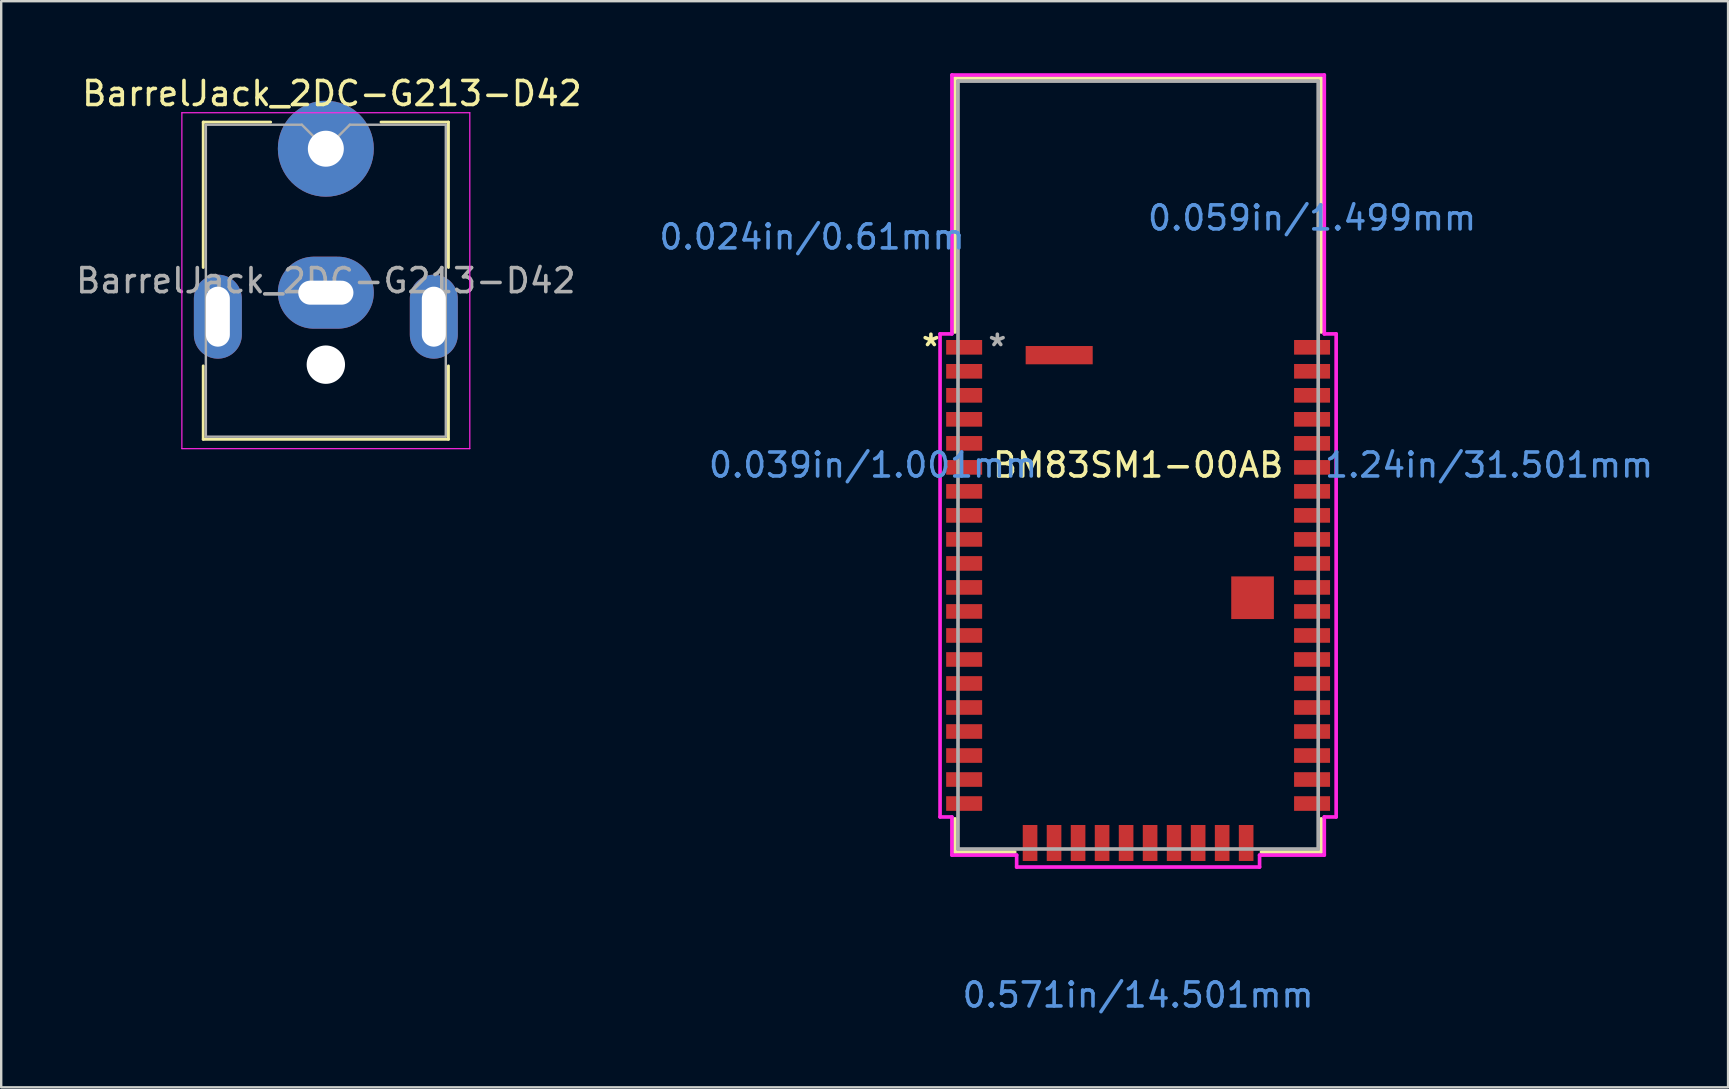
<source format=kicad_pcb>
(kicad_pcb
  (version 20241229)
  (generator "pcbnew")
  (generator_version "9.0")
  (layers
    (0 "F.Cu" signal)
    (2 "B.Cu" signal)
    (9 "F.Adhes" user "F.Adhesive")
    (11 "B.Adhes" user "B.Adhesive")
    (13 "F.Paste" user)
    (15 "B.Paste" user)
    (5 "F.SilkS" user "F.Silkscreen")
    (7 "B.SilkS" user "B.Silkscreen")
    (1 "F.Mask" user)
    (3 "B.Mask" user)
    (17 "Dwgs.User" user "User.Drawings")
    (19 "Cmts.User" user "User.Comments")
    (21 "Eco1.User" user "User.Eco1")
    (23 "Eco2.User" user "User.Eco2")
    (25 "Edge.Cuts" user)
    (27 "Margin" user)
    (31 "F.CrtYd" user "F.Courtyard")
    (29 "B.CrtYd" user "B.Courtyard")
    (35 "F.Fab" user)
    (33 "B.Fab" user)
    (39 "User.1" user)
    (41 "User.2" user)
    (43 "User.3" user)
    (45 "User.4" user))
  (footprint "BM83SM1-00AB"
    (layer "F.Cu")
    (at 44.383 16.332)
    (property "Reference" "BM83SM1-00AB" (at 0 0 0) (layer "F.SilkS") (effects (font (size 1 1) (thickness 0.15))))
    (attr through_hole)
    (fp_line (start -7.633 -16.129) (end 7.633 -16.129) (stroke (width 0.152) (type solid)) (layer "F.SilkS"))
    (fp_line (start -7.633 -5.545) (end -7.633 -16.129) (stroke (width 0.152) (type solid)) (layer "F.SilkS"))
    (fp_line (start -7.633 16.129) (end -7.633 14.745) (stroke (width 0.152) (type solid)) (layer "F.SilkS"))
    (fp_line (start -5.141 16.129) (end -7.633 16.129) (stroke (width 0.152) (type solid)) (layer "F.SilkS"))
    (fp_line (start 7.633 -16.129) (end 7.633 -5.545) (stroke (width 0.152) (type solid)) (layer "F.SilkS"))
    (fp_line (start 7.633 14.745) (end 7.633 16.129) (stroke (width 0.152) (type solid)) (layer "F.SilkS"))
    (fp_line (start 7.633 16.129) (end 5.141 16.129) (stroke (width 0.152) (type solid)) (layer "F.SilkS"))
    (fp_line (start -8.254 -5.466) (end -8.254 14.666) (stroke (width 0.152) (type solid)) (layer "F.CrtYd"))
    (fp_line (start -8.254 14.666) (end -7.76 14.666) (stroke (width 0.152) (type solid)) (layer "F.CrtYd"))
    (fp_line (start -7.76 -16.256) (end -7.76 -5.466) (stroke (width 0.152) (type solid)) (layer "F.CrtYd"))
    (fp_line (start -7.76 -5.466) (end -8.254 -5.466) (stroke (width 0.152) (type solid)) (layer "F.CrtYd"))
    (fp_line (start -7.76 14.666) (end -7.76 16.256) (stroke (width 0.152) (type solid)) (layer "F.CrtYd"))
    (fp_line (start -7.76 16.256) (end -5.062 16.256) (stroke (width 0.152) (type solid)) (layer "F.CrtYd"))
    (fp_line (start -5.062 16.256) (end -5.062 16.754) (stroke (width 0.152) (type solid)) (layer "F.CrtYd"))
    (fp_line (start -5.062 16.754) (end 5.062 16.754) (stroke (width 0.152) (type solid)) (layer "F.CrtYd"))
    (fp_line (start 5.062 16.256) (end 7.76 16.256) (stroke (width 0.152) (type solid)) (layer "F.CrtYd"))
    (fp_line (start 5.062 16.754) (end 5.062 16.256) (stroke (width 0.152) (type solid)) (layer "F.CrtYd"))
    (fp_line (start 7.76 -16.256) (end -7.76 -16.256) (stroke (width 0.152) (type solid)) (layer "F.CrtYd"))
    (fp_line (start 7.76 -5.466) (end 7.76 -16.256) (stroke (width 0.152) (type solid)) (layer "F.CrtYd"))
    (fp_line (start 7.76 14.666) (end 8.254 14.666) (stroke (width 0.152) (type solid)) (layer "F.CrtYd"))
    (fp_line (start 7.76 16.256) (end 7.76 14.666) (stroke (width 0.152) (type solid)) (layer "F.CrtYd"))
    (fp_line (start 8.254 -5.466) (end 7.76 -5.466) (stroke (width 0.152) (type solid)) (layer "F.CrtYd"))
    (fp_line (start 8.254 14.666) (end 8.254 -5.466) (stroke (width 0.152) (type solid)) (layer "F.CrtYd"))
    (fp_line (start -7.506 -16.002) (end -7.506 16.002) (stroke (width 0.152) (type solid)) (layer "F.Fab"))
    (fp_line (start -7.506 16.002) (end 7.506 16.002) (stroke (width 0.152) (type solid)) (layer "F.Fab"))
    (fp_line (start 7.506 -16.002) (end -7.506 -16.002) (stroke (width 0.152) (type solid)) (layer "F.Fab"))
    (fp_line (start 7.506 16.002) (end 7.506 -16.002) (stroke (width 0.152) (type solid)) (layer "F.Fab"))
    (fp_text user "*" (at -8.635 -4.907 0) (layer "F.SilkS") (effects (font (size 1 1) (thickness 0.15))))
    (fp_text user "0.039in/1.001mm" (at -11.048 0 0) (layer "Cmts.User") (effects (font (size 1 1) (thickness 0.15))))
    (fp_text user "0.059in/1.499mm" (at 7.25 -10.298 0) (layer "Cmts.User") (effects (font (size 1 1) (thickness 0.15))))
    (fp_text user "Copyright 2016 Accelerated Designs. All rights reserved." (at 0 0 0) (layer "Cmts.User") (effects (font (size 0.127 0.127) (thickness 0.002))))
    (fp_text user "1.24in/31.501mm" (at 14.629 0 0) (layer "Cmts.User") (effects (font (size 1 1) (thickness 0.15))))
    (fp_text user "0.571in/14.501mm" (at 0 22.088 0) (layer "Cmts.User") (effects (font (size 1 1) (thickness 0.15))))
    (fp_text user "0.024in/0.61mm" (at -13.588 -9.507 0) (layer "Cmts.User") (effects (font (size 1 1) (thickness 0.15))))
    (fp_text user "*" (at -5.866 -4.907 0) (layer "F.Fab") (effects (font (size 1 1) (thickness 0.15))))
    (pad "1" smd rect (at -7.25 -4.907) (size 1.499 0.61) (layers "F.Cu" "F.Mask" "F.Paste"))
    (pad "2" smd rect (at -7.25 -3.907) (size 1.499 0.61) (layers "F.Cu" "F.Mask" "F.Paste"))
    (pad "3" smd rect (at -7.25 -2.906) (size 1.499 0.61) (layers "F.Cu" "F.Mask" "F.Paste"))
    (pad "4" smd rect (at -7.25 -1.905) (size 1.499 0.61) (layers "F.Cu" "F.Mask" "F.Paste"))
    (pad "5" smd rect (at -7.25 -0.904) (size 1.499 0.61) (layers "F.Cu" "F.Mask" "F.Paste"))
    (pad "6" smd rect (at -7.25 0.097) (size 1.499 0.61) (layers "F.Cu" "F.Mask" "F.Paste"))
    (pad "7" smd rect (at -7.25 1.097) (size 1.499 0.61) (layers "F.Cu" "F.Mask" "F.Paste"))
    (pad "8" smd rect (at -7.25 2.098) (size 1.499 0.61) (layers "F.Cu" "F.Mask" "F.Paste"))
    (pad "9" smd rect (at -7.25 3.099) (size 1.499 0.61) (layers "F.Cu" "F.Mask" "F.Paste"))
    (pad "10" smd rect (at -7.25 4.1) (size 1.499 0.61) (layers "F.Cu" "F.Mask" "F.Paste"))
    (pad "11" smd rect (at -7.25 5.1) (size 1.499 0.61) (layers "F.Cu" "F.Mask" "F.Paste"))
    (pad "12" smd rect (at -7.25 6.101) (size 1.499 0.61) (layers "F.Cu" "F.Mask" "F.Paste"))
    (pad "13" smd rect (at -7.25 7.102) (size 1.499 0.61) (layers "F.Cu" "F.Mask" "F.Paste"))
    (pad "14" smd rect (at -7.25 8.103) (size 1.499 0.61) (layers "F.Cu" "F.Mask" "F.Paste"))
    (pad "15" smd rect (at -7.25 9.103) (size 1.499 0.61) (layers "F.Cu" "F.Mask" "F.Paste"))
    (pad "16" smd rect (at -7.25 10.104) (size 1.499 0.61) (layers "F.Cu" "F.Mask" "F.Paste"))
    (pad "17" smd rect (at -7.25 11.105) (size 1.499 0.61) (layers "F.Cu" "F.Mask" "F.Paste"))
    (pad "18" smd rect (at -7.25 12.106) (size 1.499 0.61) (layers "F.Cu" "F.Mask" "F.Paste"))
    (pad "19" smd rect (at -7.25 13.106) (size 1.499 0.61) (layers "F.Cu" "F.Mask" "F.Paste"))
    (pad "20" smd rect (at -7.25 14.107) (size 1.499 0.61) (layers "F.Cu" "F.Mask" "F.Paste"))
    (pad "21" smd rect (at -4.503 15.751 90) (size 1.499 0.61) (layers "F.Cu" "F.Mask" "F.Paste"))
    (pad "22" smd rect (at -3.503 15.751 90) (size 1.499 0.61) (layers "F.Cu" "F.Mask" "F.Paste"))
    (pad "23" smd rect (at -2.502 15.751 90) (size 1.499 0.61) (layers "F.Cu" "F.Mask" "F.Paste"))
    (pad "24" smd rect (at -1.501 15.751 90) (size 1.499 0.61) (layers "F.Cu" "F.Mask" "F.Paste"))
    (pad "25" smd rect (at -0.5 15.751 90) (size 1.499 0.61) (layers "F.Cu" "F.Mask" "F.Paste"))
    (pad "26" smd rect (at 0.5 15.751 90) (size 1.499 0.61) (layers "F.Cu" "F.Mask" "F.Paste"))
    (pad "27" smd rect (at 1.501 15.751 90) (size 1.499 0.61) (layers "F.Cu" "F.Mask" "F.Paste"))
    (pad "28" smd rect (at 2.502 15.751 90) (size 1.499 0.61) (layers "F.Cu" "F.Mask" "F.Paste"))
    (pad "29" smd rect (at 3.503 15.751 90) (size 1.499 0.61) (layers "F.Cu" "F.Mask" "F.Paste"))
    (pad "30" smd rect (at 4.503 15.751 90) (size 1.499 0.61) (layers "F.Cu" "F.Mask" "F.Paste"))
    (pad "31" smd rect (at 7.25 14.107) (size 1.499 0.61) (layers "F.Cu" "F.Mask" "F.Paste"))
    (pad "32" smd rect (at 7.25 13.106) (size 1.499 0.61) (layers "F.Cu" "F.Mask" "F.Paste"))
    (pad "33" smd rect (at 7.25 12.106) (size 1.499 0.61) (layers "F.Cu" "F.Mask" "F.Paste"))
    (pad "34" smd rect (at 7.25 11.105) (size 1.499 0.61) (layers "F.Cu" "F.Mask" "F.Paste"))
    (pad "35" smd rect (at 7.25 10.104) (size 1.499 0.61) (layers "F.Cu" "F.Mask" "F.Paste"))
    (pad "36" smd rect (at 7.25 9.103) (size 1.499 0.61) (layers "F.Cu" "F.Mask" "F.Paste"))
    (pad "37" smd rect (at 7.25 8.103) (size 1.499 0.61) (layers "F.Cu" "F.Mask" "F.Paste"))
    (pad "38" smd rect (at 7.25 7.102) (size 1.499 0.61) (layers "F.Cu" "F.Mask" "F.Paste"))
    (pad "39" smd rect (at 7.25 6.101) (size 1.499 0.61) (layers "F.Cu" "F.Mask" "F.Paste"))
    (pad "40" smd rect (at 7.25 5.1) (size 1.499 0.61) (layers "F.Cu" "F.Mask" "F.Paste"))
    (pad "41" smd rect (at 7.25 4.1) (size 1.499 0.61) (layers "F.Cu" "F.Mask" "F.Paste"))
    (pad "42" smd rect (at 7.25 3.099) (size 1.499 0.61) (layers "F.Cu" "F.Mask" "F.Paste"))
    (pad "43" smd rect (at 7.25 2.098) (size 1.499 0.61) (layers "F.Cu" "F.Mask" "F.Paste"))
    (pad "44" smd rect (at 7.25 1.097) (size 1.499 0.61) (layers "F.Cu" "F.Mask" "F.Paste"))
    (pad "45" smd rect (at 7.25 0.097) (size 1.499 0.61) (layers "F.Cu" "F.Mask" "F.Paste"))
    (pad "46" smd rect (at 7.25 -0.904) (size 1.499 0.61) (layers "F.Cu" "F.Mask" "F.Paste"))
    (pad "47" smd rect (at 7.25 -1.905) (size 1.499 0.61) (layers "F.Cu" "F.Mask" "F.Paste"))
    (pad "48" smd rect (at 7.25 -2.906) (size 1.499 0.61) (layers "F.Cu" "F.Mask" "F.Paste"))
    (pad "49" smd rect (at 7.25 -3.907) (size 1.499 0.61) (layers "F.Cu" "F.Mask" "F.Paste"))
    (pad "50" smd rect (at 7.25 -4.907) (size 1.499 0.61) (layers "F.Cu" "F.Mask" "F.Paste"))
    (pad "56" smd rect (at 4.77 5.53) (size 1.778 1.778) (layers "F.Cu" "F.Mask" "F.Paste"))
    (pad "57" smd rect (at -3.289 -4.58) (size 2.794 0.762) (layers "F.Cu" "F.Mask" "F.Paste")))
  (footprint "BarrelJack_2DC-G213-D42"
    (layer "F.Cu")
    (at 10.53 3.148)
    (property "Reference" "BarrelJack_2DC-G213-D42" (at 0.254 -2.3 180) (layer "F.SilkS") (effects (font (size 1 1) (thickness 0.15))))
    (attr through_hole)
    (fp_line (start -5.11 -1.11) (end -2.3 -1.11) (stroke (width 0.12) (type solid)) (layer "F.SilkS"))
    (fp_line (start -5.11 4.95) (end -5.11 -1.11) (stroke (width 0.12) (type solid)) (layer "F.SilkS"))
    (fp_line (start -5.11 12.11) (end -5.11 9.05) (stroke (width 0.12) (type solid)) (layer "F.SilkS"))
    (fp_line (start 2.3 -1.11) (end 5.11 -1.11) (stroke (width 0.12) (type solid)) (layer "F.SilkS"))
    (fp_line (start 5.11 -1.11) (end 5.11 4.95) (stroke (width 0.12) (type solid)) (layer "F.SilkS"))
    (fp_line (start 5.11 9.05) (end 5.11 12.11) (stroke (width 0.12) (type solid)) (layer "F.SilkS"))
    (fp_line (start 5.11 12.11) (end -5.11 12.11) (stroke (width 0.12) (type solid)) (layer "F.SilkS"))
    (fp_line (start -6 -1.5) (end -6 12.5) (stroke (width 0.05) (type solid)) (layer "F.CrtYd"))
    (fp_line (start -6 12.5) (end 6 12.5) (stroke (width 0.05) (type solid)) (layer "F.CrtYd"))
    (fp_line (start 6 -1.5) (end -6 -1.5) (stroke (width 0.05) (type solid)) (layer "F.CrtYd"))
    (fp_line (start 6 12.5) (end 6 -1.5) (stroke (width 0.05) (type solid)) (layer "F.CrtYd"))
    (fp_line (start -5 -1) (end -1 -1) (stroke (width 0.1) (type solid)) (layer "F.Fab"))
    (fp_line (start -5 12) (end -5 -1) (stroke (width 0.1) (type solid)) (layer "F.Fab"))
    (fp_line (start -1 -1) (end 0 0) (stroke (width 0.1) (type solid)) (layer "F.Fab"))
    (fp_line (start 0 0) (end 1 -1) (stroke (width 0.1) (type solid)) (layer "F.Fab"))
    (fp_line (start 1 -1) (end 5 -1) (stroke (width 0.1) (type solid)) (layer "F.Fab"))
    (fp_line (start 5 -1) (end 5 12) (stroke (width 0.1) (type solid)) (layer "F.Fab"))
    (fp_line (start 5 12) (end -5 12) (stroke (width 0.1) (type solid)) (layer "F.Fab"))
    (fp_text user "${REFERENCE}" (at 0 5.5 0) (layer "F.Fab") (effects (font (size 1 1) (thickness 0.15))))
    (pad "" np_thru_hole circle (at 0 9) (size 1.6 1.6) (drill 1.6) (layers "*.Cu" "*.Mask"))
    (pad "1" thru_hole circle (at 0 0) (size 4 4) (drill 1.5) (layers "*.Cu" "*.Mask"))
    (pad "2" thru_hole oval (at -4.5 7) (size 2 3.5) (drill oval 1 2.5) (layers "*.Cu" "*.Mask"))
    (pad "2" thru_hole oval (at 0 6) (size 4 3) (drill oval 2.3 1) (layers "*.Cu" "*.Mask"))
    (pad "2" thru_hole oval (at 4.5 7) (size 2 3.5) (drill oval 1 2.5) (layers "*.Cu" "*.Mask")))
  (gr_rect
    (start -3 -3)
    (end 68.971 42.268)
    (stroke (width 0.1) (type default))
    (fill no)
    (layer "Edge.Cuts")))
</source>
